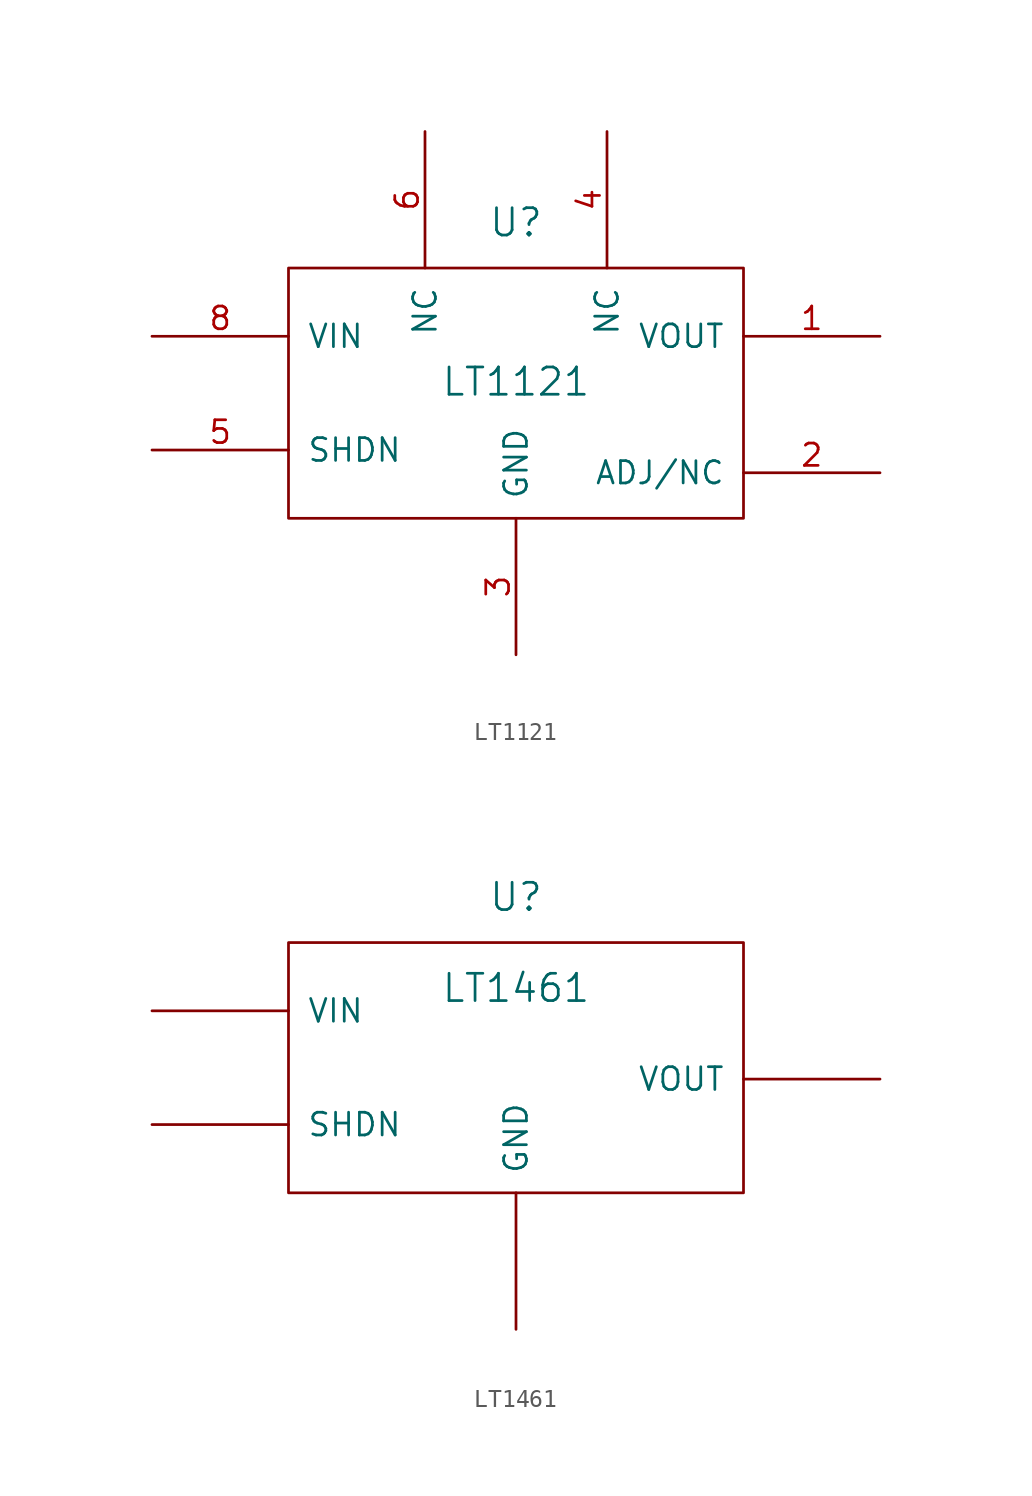
<source format=kicad_sym>
(kicad_symbol_lib
  (version 20211014)
  (generator kicad_symbol_editor)
  (symbol "LT1121"
    (pin_names
      (offset 1.016))
    (property "Reference" "U"
      (at 0 10.16 0)
      (effects (font (size 1.524 1.524))))
    (property "Value" "LT1121"
      (at 0 1.27 0)
      (effects (font (size 1.524 1.524))))
    (property "Footprint" ""
      (at 0 0 0)
      (effects (font (size 1.524 1.524))))
    (property "Datasheet" ""
      (at 0 0 0)
      (effects (font (size 1.524 1.524))))
    (symbol "LT1121_0_0"
      (pin passive line (at 20.32 -3.81 180) (length 7.62) (name "ADJ/NC" (effects (font (size 1.245 1.245)))) (number "2" (effects (font (size 1.245 1.245))))))
    (symbol "LT1121_0_1"
      (rectangle (start -12.7 7.62) (end 12.7 -6.35) (stroke (width 0) (type default) (color 0 0 0 0)) (fill (type none))))
    (symbol "LT1121_1_1"
      (pin output line (at 20.32 3.81 180) (length 7.62) (name "VOUT" (effects (font (size 1.27 1.27)))) (number "1" (effects (font (size 1.27 1.27)))))
      (pin input line (at 0 -13.97 90) (length 7.62) (name "GND" (effects (font (size 1.27 1.27)))) (number "3" (effects (font (size 1.27 1.27)))))
      (pin input line (at 5.08 15.24 270) (length 7.62) (name "NC" (effects (font (size 1.27 1.27)))) (number "4" (effects (font (size 1.27 1.27)))))
      (pin input line (at -20.32 -2.54 0) (length 7.62) (name "SHDN" (effects (font (size 1.27 1.27)))) (number "5" (effects (font (size 1.27 1.27)))))
      (pin input line (at -5.08 15.24 270) (length 7.62) (name "NC" (effects (font (size 1.27 1.27)))) (number "6" (effects (font (size 1.27 1.27)))))
      (pin input line (at -20.32 3.81 0) (length 7.62) (name "VIN" (effects (font (size 1.27 1.27)))) (number "8" (effects (font (size 1.27 1.27)))))))
  (symbol "LT1461"
    (pin_names
      (offset 1.016))
    (property "Reference" "U"
      (at 0 10.16 0)
      (effects (font (size 1.524 1.524))))
    (property "Value" "LT1461"
      (at 0 5.08 0)
      (effects (font (size 1.524 1.524))))
    (property "Footprint" ""
      (at 0 0 0)
      (effects (font (size 1.524 1.524))))
    (property "Datasheet" ""
      (at 0 0 0)
      (effects (font (size 1.524 1.524))))
    (symbol "LT1461_0_1"
      (rectangle (start -12.7 7.62) (end 12.7 -6.35) (stroke (width 0) (type default) (color 0 0 0 0)) (fill (type none))))
    (symbol "LT1461_1_1"
      (pin input line (at 0 -13.97 90) (length 7.62) (name "GND" (effects (font (size 1.27 1.27)))) (number "~" (effects (font (size 1.27 1.27)))))
      (pin input line (at -20.32 -2.54 0) (length 7.62) (name "SHDN" (effects (font (size 1.27 1.27)))) (number "~" (effects (font (size 1.27 1.27)))))
      (pin input line (at -20.32 3.81 0) (length 7.62) (name "VIN" (effects (font (size 1.27 1.27)))) (number "~" (effects (font (size 1.27 1.27)))))
      (pin output line (at 20.32 0 180) (length 7.62) (name "VOUT" (effects (font (size 1.27 1.27)))) (number "~" (effects (font (size 1.27 1.27))))))))
</source>
